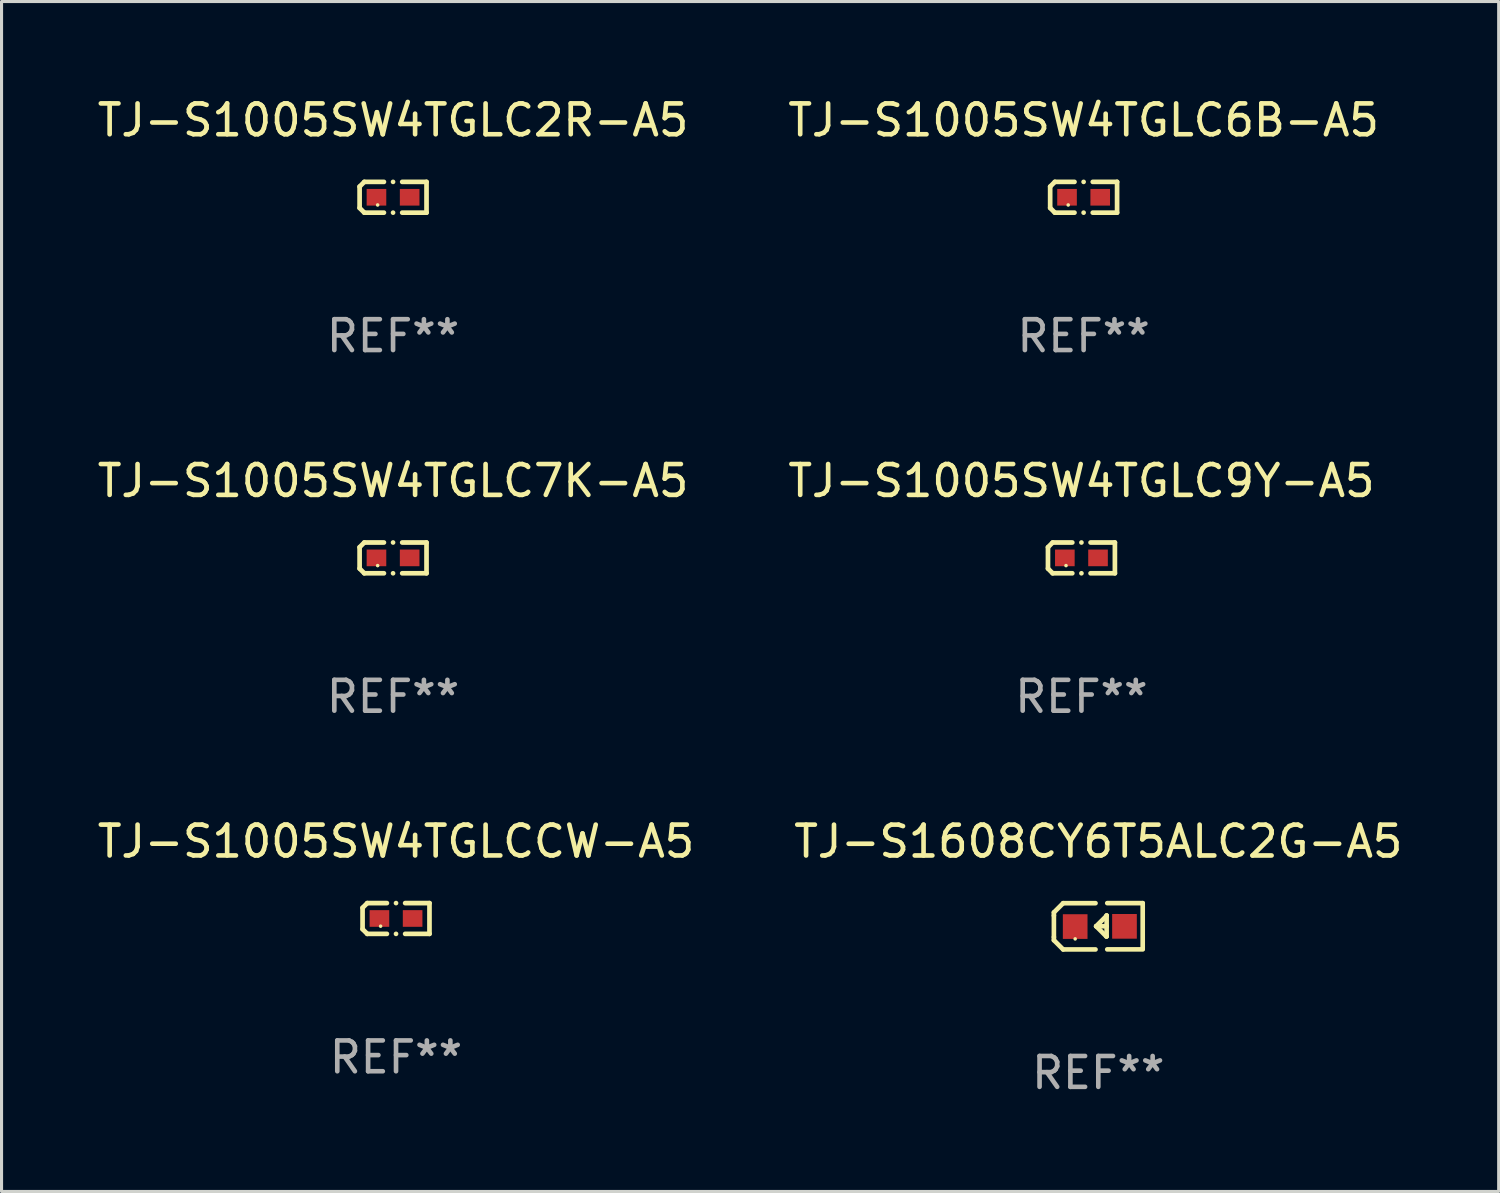
<source format=kicad_pcb>
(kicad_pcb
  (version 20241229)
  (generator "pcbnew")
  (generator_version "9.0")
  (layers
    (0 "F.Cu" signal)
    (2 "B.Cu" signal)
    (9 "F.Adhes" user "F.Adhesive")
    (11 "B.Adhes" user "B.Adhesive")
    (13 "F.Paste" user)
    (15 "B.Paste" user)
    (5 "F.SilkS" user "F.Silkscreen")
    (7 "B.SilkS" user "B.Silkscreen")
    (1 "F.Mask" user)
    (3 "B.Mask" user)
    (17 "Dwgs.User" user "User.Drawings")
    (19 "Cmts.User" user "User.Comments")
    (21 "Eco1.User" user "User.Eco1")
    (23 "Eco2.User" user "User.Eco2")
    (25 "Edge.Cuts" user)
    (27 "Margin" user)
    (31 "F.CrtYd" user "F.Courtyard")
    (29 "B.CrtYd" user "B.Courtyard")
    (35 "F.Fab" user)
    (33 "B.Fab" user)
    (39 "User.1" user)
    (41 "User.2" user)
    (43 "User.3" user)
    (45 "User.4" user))
  (footprint "TJ-S1005SW4TGLC7K-A5"
    (layer "F.Cu")
    (at 9.696 15.041)
    (property "Reference" "TJ-S1005SW4TGLC7K-A5" (at 0 -2.499 0) (layer "F.SilkS") (effects (font (size 1 1) (thickness 0.15))))
    (attr through_hole)
    (fp_line (start -1.085 -0.346) (end -0.933 -0.499) (stroke (width 0.152) (type solid)) (layer "F.SilkS"))
    (fp_line (start -1.085 0.346) (end -1.085 -0.346) (stroke (width 0.152) (type solid)) (layer "F.SilkS"))
    (fp_line (start -0.933 -0.499) (end -0.296 -0.499) (stroke (width 0.152) (type solid)) (layer "F.SilkS"))
    (fp_line (start -0.933 0.499) (end -1.085 0.346) (stroke (width 0.152) (type solid)) (layer "F.SilkS"))
    (fp_line (start -0.296 0.499) (end -0.933 0.499) (stroke (width 0.152) (type solid)) (layer "F.SilkS"))
    (fp_line (start 0.296 0.499) (end 1.085 0.499) (stroke (width 0.152) (type solid)) (layer "F.SilkS"))
    (fp_line (start 1.085 -0.499) (end 0.296 -0.499) (stroke (width 0.152) (type solid)) (layer "F.SilkS"))
    (fp_line (start 1.085 0.499) (end 1.085 -0.499) (stroke (width 0.152) (type solid)) (layer "F.SilkS"))
    (fp_circle (center -0.5 0.25) (end -0.47 0.25) (stroke (width 0.06) (type solid)) (fill no) (layer "F.SilkS"))
    (fp_circle (center 0 -0.499) (end 0.038 -0.499) (stroke (width 0.076) (type solid)) (fill no) (layer "F.SilkS"))
    (fp_circle (center 0 0.499) (end 0.038 0.499) (stroke (width 0.076) (type solid)) (fill no) (layer "F.SilkS"))
    (fp_text user "REF**" (at 0 4.499 0) (layer "F.Fab") (effects (font (size 1 1) (thickness 0.15))))
    (pad "1" smd rect (at -0.538 0) (size 0.636 0.54) (layers "F.Cu" "F.Mask" "F.Paste"))
    (pad "2" smd rect (at 0.538 0) (size 0.636 0.54) (layers "F.Cu" "F.Mask" "F.Paste")))
  (footprint "TJ-S1005SW4TGLC2R-A5"
    (layer "F.Cu")
    (at 9.696 3.347)
    (property "Reference" "TJ-S1005SW4TGLC2R-A5" (at 0 -2.499 0) (layer "F.SilkS") (effects (font (size 1 1) (thickness 0.15))))
    (attr through_hole)
    (fp_line (start -1.085 -0.346) (end -0.933 -0.499) (stroke (width 0.152) (type solid)) (layer "F.SilkS"))
    (fp_line (start -1.085 0.346) (end -1.085 -0.346) (stroke (width 0.152) (type solid)) (layer "F.SilkS"))
    (fp_line (start -0.933 -0.499) (end -0.296 -0.499) (stroke (width 0.152) (type solid)) (layer "F.SilkS"))
    (fp_line (start -0.933 0.499) (end -1.085 0.346) (stroke (width 0.152) (type solid)) (layer "F.SilkS"))
    (fp_line (start -0.296 0.499) (end -0.933 0.499) (stroke (width 0.152) (type solid)) (layer "F.SilkS"))
    (fp_line (start 0.296 0.499) (end 1.085 0.499) (stroke (width 0.152) (type solid)) (layer "F.SilkS"))
    (fp_line (start 1.085 -0.499) (end 0.296 -0.499) (stroke (width 0.152) (type solid)) (layer "F.SilkS"))
    (fp_line (start 1.085 0.499) (end 1.085 -0.499) (stroke (width 0.152) (type solid)) (layer "F.SilkS"))
    (fp_circle (center -0.5 0.25) (end -0.47 0.25) (stroke (width 0.06) (type solid)) (fill no) (layer "F.SilkS"))
    (fp_circle (center 0 -0.499) (end 0.038 -0.499) (stroke (width 0.076) (type solid)) (fill no) (layer "F.SilkS"))
    (fp_circle (center 0 0.499) (end 0.038 0.499) (stroke (width 0.076) (type solid)) (fill no) (layer "F.SilkS"))
    (fp_text user "REF**" (at 0 4.499 0) (layer "F.Fab") (effects (font (size 1 1) (thickness 0.15))))
    (pad "1" smd rect (at -0.538 0) (size 0.636 0.54) (layers "F.Cu" "F.Mask" "F.Paste"))
    (pad "2" smd rect (at 0.538 0) (size 0.636 0.54) (layers "F.Cu" "F.Mask" "F.Paste")))
  (footprint "TJ-S1608CY6T5ALC2G-A5"
    (layer "F.Cu")
    (at 32.565 26.987)
    (property "Reference" "TJ-S1608CY6T5ALC2G-A5" (at 0 -2.751 0) (layer "F.SilkS") (effects (font (size 1 1) (thickness 0.15))))
    (attr through_hole)
    (fp_line (start -1.44 -0.449) (end -1.14 -0.749) (stroke (width 0.15) (type solid)) (layer "F.SilkS"))
    (fp_line (start -1.44 -0.349) (end -1.44 -0.449) (stroke (width 0.15) (type solid)) (layer "F.SilkS"))
    (fp_line (start -1.44 -0.349) (end -1.44 0.351) (stroke (width 0.15) (type solid)) (layer "F.SilkS"))
    (fp_line (start -1.44 0.351) (end -1.44 0.451) (stroke (width 0.15) (type solid)) (layer "F.SilkS"))
    (fp_line (start -1.44 0.451) (end -1.14 0.751) (stroke (width 0.15) (type solid)) (layer "F.SilkS"))
    (fp_line (start -0.09 -0.749) (end -1.14 -0.749) (stroke (width 0.15) (type solid)) (layer "F.SilkS"))
    (fp_line (start -0.09 0.751) (end -1.14 0.751) (stroke (width 0.15) (type solid)) (layer "F.SilkS"))
    (fp_line (start 0.26 0.329) (end -0.07 -0.001) (stroke (width 0.15) (type solid)) (layer "F.SilkS"))
    (fp_line (start 0.27 -0.351) (end 0.27 -0.341) (stroke (width 0.15) (type solid)) (layer "F.SilkS"))
    (fp_line (start 0.27 -0.351) (end 0.27 0.329) (stroke (width 0.15) (type solid)) (layer "F.SilkS"))
    (fp_line (start 0.27 -0.341) (end -0.07 -0.001) (stroke (width 0.15) (type solid)) (layer "F.SilkS"))
    (fp_line (start 0.27 -0.001) (end -0.07 -0.001) (stroke (width 0.15) (type solid)) (layer "F.SilkS"))
    (fp_line (start 0.27 0.329) (end 0.26 0.329) (stroke (width 0.15) (type solid)) (layer "F.SilkS"))
    (fp_line (start 0.29 -0.751) (end 1.44 -0.751) (stroke (width 0.15) (type solid)) (layer "F.SilkS"))
    (fp_line (start 0.29 0.749) (end 1.44 0.749) (stroke (width 0.15) (type solid)) (layer "F.SilkS"))
    (fp_line (start 1.44 -0.751) (end 1.44 0.729) (stroke (width 0.15) (type solid)) (layer "F.SilkS"))
    (fp_circle (center -0.75 0.409) (end -0.72 0.409) (stroke (width 0.06) (type solid)) (fill no) (layer "F.SilkS"))
    (fp_text user "REF**" (at 0 4.751 0) (layer "F.Fab") (effects (font (size 1 1) (thickness 0.15))))
    (pad "1" smd rect (at -0.75 0.009 90) (size 0.8 0.8) (layers "F.Cu" "F.Mask" "F.Paste"))
    (pad "2" smd rect (at 0.849 0.002 90) (size 0.8 0.8) (layers "F.Cu" "F.Mask" "F.Paste")))
  (footprint "TJ-S1005SW4TGLCCW-A5"
    (layer "F.Cu")
    (at 9.792 26.734)
    (property "Reference" "TJ-S1005SW4TGLCCW-A5" (at 0 -2.499 0) (layer "F.SilkS") (effects (font (size 1 1) (thickness 0.15))))
    (attr through_hole)
    (fp_line (start -1.085 -0.346) (end -0.933 -0.499) (stroke (width 0.152) (type solid)) (layer "F.SilkS"))
    (fp_line (start -1.085 0.346) (end -1.085 -0.346) (stroke (width 0.152) (type solid)) (layer "F.SilkS"))
    (fp_line (start -0.933 -0.499) (end -0.296 -0.499) (stroke (width 0.152) (type solid)) (layer "F.SilkS"))
    (fp_line (start -0.933 0.499) (end -1.085 0.346) (stroke (width 0.152) (type solid)) (layer "F.SilkS"))
    (fp_line (start -0.296 0.499) (end -0.933 0.499) (stroke (width 0.152) (type solid)) (layer "F.SilkS"))
    (fp_line (start 0.296 0.499) (end 1.085 0.499) (stroke (width 0.152) (type solid)) (layer "F.SilkS"))
    (fp_line (start 1.085 -0.499) (end 0.296 -0.499) (stroke (width 0.152) (type solid)) (layer "F.SilkS"))
    (fp_line (start 1.085 0.499) (end 1.085 -0.499) (stroke (width 0.152) (type solid)) (layer "F.SilkS"))
    (fp_circle (center -0.5 0.25) (end -0.47 0.25) (stroke (width 0.06) (type solid)) (fill no) (layer "F.SilkS"))
    (fp_circle (center 0 -0.499) (end 0.038 -0.499) (stroke (width 0.076) (type solid)) (fill no) (layer "F.SilkS"))
    (fp_circle (center 0 0.499) (end 0.038 0.499) (stroke (width 0.076) (type solid)) (fill no) (layer "F.SilkS"))
    (fp_text user "REF**" (at 0 4.499 0) (layer "F.Fab") (effects (font (size 1 1) (thickness 0.15))))
    (pad "1" smd rect (at -0.538 0) (size 0.636 0.54) (layers "F.Cu" "F.Mask" "F.Paste"))
    (pad "2" smd rect (at 0.538 0) (size 0.636 0.54) (layers "F.Cu" "F.Mask" "F.Paste")))
  (footprint "TJ-S1005SW4TGLC9Y-A5"
    (layer "F.Cu")
    (at 32.018 15.041)
    (property "Reference" "TJ-S1005SW4TGLC9Y-A5" (at 0 -2.499 0) (layer "F.SilkS") (effects (font (size 1 1) (thickness 0.15))))
    (attr through_hole)
    (fp_line (start -1.085 -0.346) (end -0.933 -0.499) (stroke (width 0.152) (type solid)) (layer "F.SilkS"))
    (fp_line (start -1.085 0.346) (end -1.085 -0.346) (stroke (width 0.152) (type solid)) (layer "F.SilkS"))
    (fp_line (start -0.933 -0.499) (end -0.296 -0.499) (stroke (width 0.152) (type solid)) (layer "F.SilkS"))
    (fp_line (start -0.933 0.499) (end -1.085 0.346) (stroke (width 0.152) (type solid)) (layer "F.SilkS"))
    (fp_line (start -0.296 0.499) (end -0.933 0.499) (stroke (width 0.152) (type solid)) (layer "F.SilkS"))
    (fp_line (start 0.296 0.499) (end 1.085 0.499) (stroke (width 0.152) (type solid)) (layer "F.SilkS"))
    (fp_line (start 1.085 -0.499) (end 0.296 -0.499) (stroke (width 0.152) (type solid)) (layer "F.SilkS"))
    (fp_line (start 1.085 0.499) (end 1.085 -0.499) (stroke (width 0.152) (type solid)) (layer "F.SilkS"))
    (fp_circle (center -0.5 0.25) (end -0.47 0.25) (stroke (width 0.06) (type solid)) (fill no) (layer "F.SilkS"))
    (fp_circle (center 0 -0.499) (end 0.038 -0.499) (stroke (width 0.076) (type solid)) (fill no) (layer "F.SilkS"))
    (fp_circle (center 0 0.499) (end 0.038 0.499) (stroke (width 0.076) (type solid)) (fill no) (layer "F.SilkS"))
    (fp_text user "REF**" (at 0 4.499 0) (layer "F.Fab") (effects (font (size 1 1) (thickness 0.15))))
    (pad "1" smd rect (at -0.538 0) (size 0.636 0.54) (layers "F.Cu" "F.Mask" "F.Paste"))
    (pad "2" smd rect (at 0.538 0) (size 0.636 0.54) (layers "F.Cu" "F.Mask" "F.Paste")))
  (footprint "TJ-S1005SW4TGLC6B-A5"
    (layer "F.Cu")
    (at 32.089 3.347)
    (property "Reference" "TJ-S1005SW4TGLC6B-A5" (at 0 -2.499 0) (layer "F.SilkS") (effects (font (size 1 1) (thickness 0.15))))
    (attr through_hole)
    (fp_line (start -1.085 -0.346) (end -0.933 -0.499) (stroke (width 0.152) (type solid)) (layer "F.SilkS"))
    (fp_line (start -1.085 0.346) (end -1.085 -0.346) (stroke (width 0.152) (type solid)) (layer "F.SilkS"))
    (fp_line (start -0.933 -0.499) (end -0.296 -0.499) (stroke (width 0.152) (type solid)) (layer "F.SilkS"))
    (fp_line (start -0.933 0.499) (end -1.085 0.346) (stroke (width 0.152) (type solid)) (layer "F.SilkS"))
    (fp_line (start -0.296 0.499) (end -0.933 0.499) (stroke (width 0.152) (type solid)) (layer "F.SilkS"))
    (fp_line (start 0.296 0.499) (end 1.085 0.499) (stroke (width 0.152) (type solid)) (layer "F.SilkS"))
    (fp_line (start 1.085 -0.499) (end 0.296 -0.499) (stroke (width 0.152) (type solid)) (layer "F.SilkS"))
    (fp_line (start 1.085 0.499) (end 1.085 -0.499) (stroke (width 0.152) (type solid)) (layer "F.SilkS"))
    (fp_circle (center -0.5 0.25) (end -0.47 0.25) (stroke (width 0.06) (type solid)) (fill no) (layer "F.SilkS"))
    (fp_circle (center 0 -0.499) (end 0.038 -0.499) (stroke (width 0.076) (type solid)) (fill no) (layer "F.SilkS"))
    (fp_circle (center 0 0.499) (end 0.038 0.499) (stroke (width 0.076) (type solid)) (fill no) (layer "F.SilkS"))
    (fp_text user "REF**" (at 0 4.499 0) (layer "F.Fab") (effects (font (size 1 1) (thickness 0.15))))
    (pad "1" smd rect (at -0.538 0) (size 0.636 0.54) (layers "F.Cu" "F.Mask" "F.Paste"))
    (pad "2" smd rect (at 0.538 0) (size 0.636 0.54) (layers "F.Cu" "F.Mask" "F.Paste")))
  (gr_rect
    (start -3 -3)
    (end 45.548 35.586)
    (stroke (width 0.1) (type default))
    (fill no)
    (layer "Edge.Cuts")))
</source>
